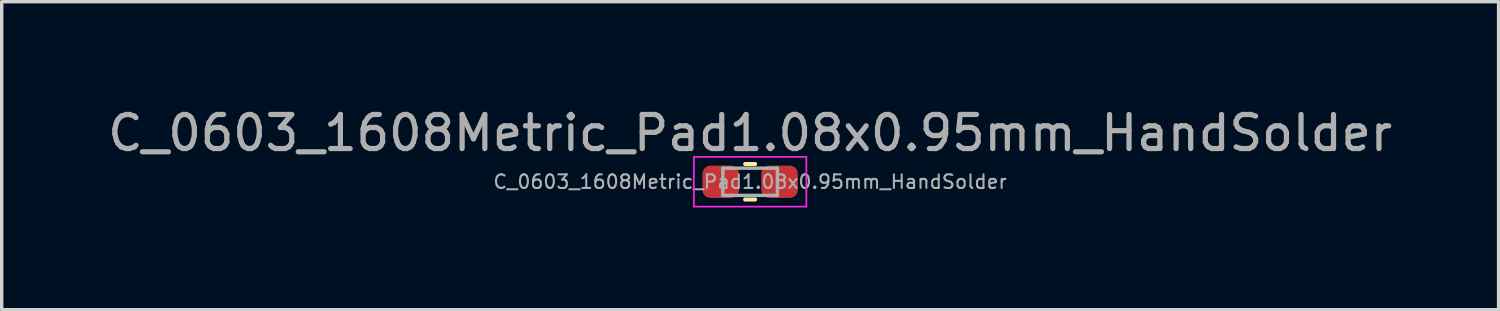
<source format=kicad_pcb>
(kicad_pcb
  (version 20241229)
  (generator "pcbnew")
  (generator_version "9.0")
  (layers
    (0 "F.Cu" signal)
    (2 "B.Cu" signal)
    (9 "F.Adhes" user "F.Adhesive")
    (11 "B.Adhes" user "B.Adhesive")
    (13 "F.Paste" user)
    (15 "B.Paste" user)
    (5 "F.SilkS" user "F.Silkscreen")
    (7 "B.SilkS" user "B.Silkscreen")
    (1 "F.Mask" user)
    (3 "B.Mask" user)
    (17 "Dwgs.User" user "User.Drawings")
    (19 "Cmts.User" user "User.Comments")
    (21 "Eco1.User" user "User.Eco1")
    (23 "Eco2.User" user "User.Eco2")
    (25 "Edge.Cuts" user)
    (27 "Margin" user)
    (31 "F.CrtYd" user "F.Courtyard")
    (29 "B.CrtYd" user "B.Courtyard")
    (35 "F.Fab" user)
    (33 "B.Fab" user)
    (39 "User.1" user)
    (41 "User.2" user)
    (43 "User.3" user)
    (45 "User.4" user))
  (footprint "C_0603_1608Metric_Pad1.08x0.95mm_HandSolder"
    (layer "F.Cu")
    (at 18.963 2.284)
    (property "Reference" "C_0603_1608Metric_Pad1.08x0.95mm_HandSolder" (at 0 -1.43 0) (layer "F.Fab") (effects (font (size 1 1) (thickness 0.153))))
    (attr smd)
    (fp_line (start -0.146 -0.52) (end 0.146 -0.52) (stroke (width 0.12) (type solid)) (layer "F.SilkS"))
    (fp_line (start -0.146 0.52) (end 0.146 0.52) (stroke (width 0.12) (type solid)) (layer "F.SilkS"))
    (fp_line (start -1.65 -0.73) (end 1.65 -0.73) (stroke (width 0.05) (type solid)) (layer "F.CrtYd"))
    (fp_line (start -1.65 0.73) (end -1.65 -0.73) (stroke (width 0.05) (type solid)) (layer "F.CrtYd"))
    (fp_line (start 1.65 -0.73) (end 1.65 0.73) (stroke (width 0.05) (type solid)) (layer "F.CrtYd"))
    (fp_line (start 1.65 0.73) (end -1.65 0.73) (stroke (width 0.05) (type solid)) (layer "F.CrtYd"))
    (fp_line (start -0.8 -0.4) (end 0.8 -0.4) (stroke (width 0.1) (type solid)) (layer "F.Fab"))
    (fp_line (start -0.8 0.4) (end -0.8 -0.4) (stroke (width 0.1) (type solid)) (layer "F.Fab"))
    (fp_line (start 0.8 -0.4) (end 0.8 0.4) (stroke (width 0.1) (type solid)) (layer "F.Fab"))
    (fp_line (start 0.8 0.4) (end -0.8 0.4) (stroke (width 0.1) (type solid)) (layer "F.Fab"))
    (fp_text user "${REFERENCE}" (at 0 0 0) (layer "F.Fab") (effects (font (size 0.4 0.4) (thickness 0.06))))
    (pad "1" smd roundrect (at -0.863 0) (size 1.075 0.95) (layers "F.Cu" "F.Mask" "F.Paste") (roundrect_rratio 0.25))
    (pad "2" smd roundrect (at 0.863 0) (size 1.075 0.95) (layers "F.Cu" "F.Mask" "F.Paste") (roundrect_rratio 0.25)))
  (gr_rect
    (start -3 -3)
    (end 40.926 6.039)
    (stroke (width 0.1) (type default))
    (fill no)
    (layer "Edge.Cuts")))
</source>
